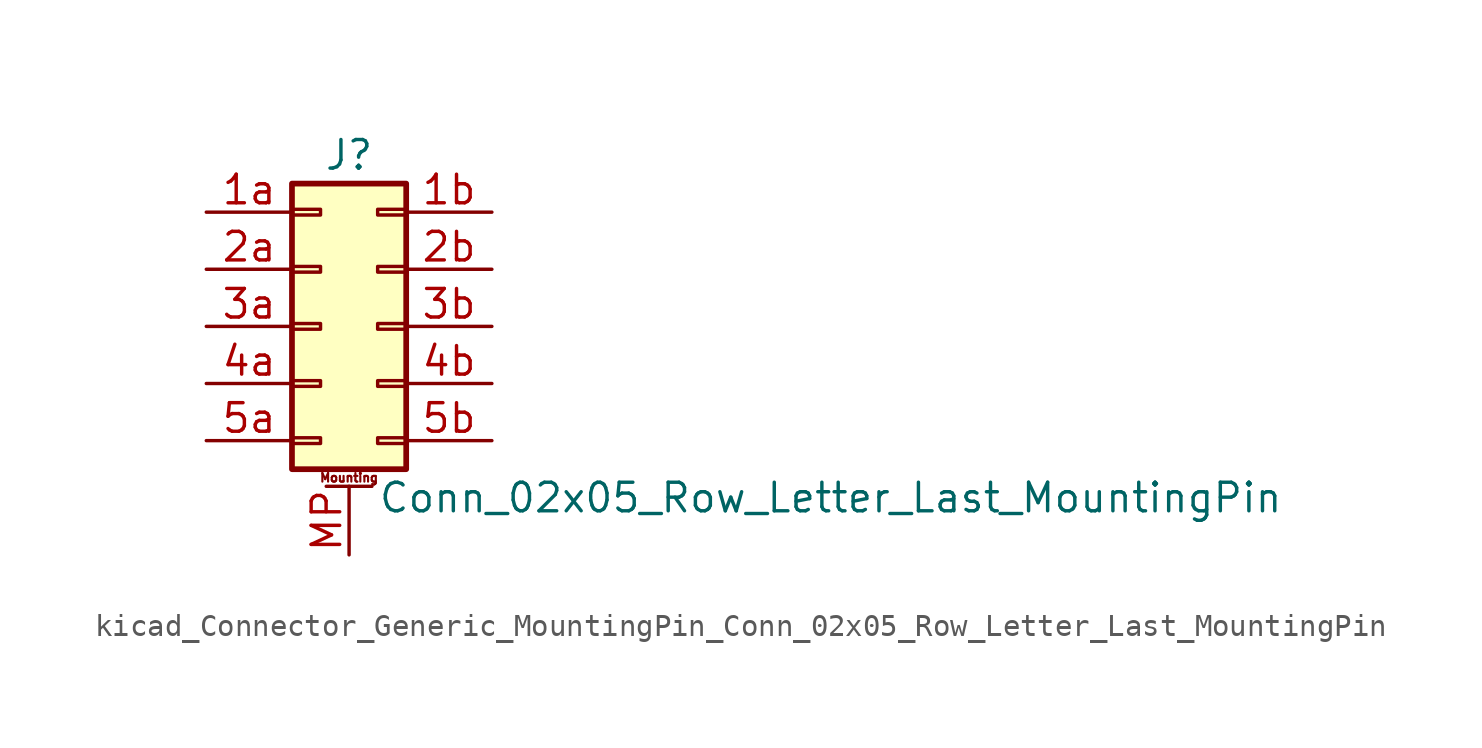
<source format=kicad_sym>
(kicad_symbol_lib
  (version 20220914)
  (generator kicad_symbol_editor)
  (symbol "kicad_Connector_Generic_MountingPin_Conn_02x05_Row_Letter_Last_MountingPin"
    (pin_names
      (offset 1.016) hide)
    (property "Reference" "J"
      (at 1.27 7.62 0)
      (effects (font (size 1.27 1.27))))
    (property "Value" "Conn_02x05_Row_Letter_Last_MountingPin"
      (at 2.54 -7.62 0)
      (effects (font (size 1.27 1.27)) (justify left)))
    (symbol "kicad_Connector_Generic_MountingPin_Conn_02x05_Row_Letter_Last_MountingPin_1_1"
      (rectangle (start -1.27 -4.953) (end 0 -5.207) (stroke (width 0.152) (type default)) (fill (type none)))
      (rectangle (start -1.27 -2.413) (end 0 -2.667) (stroke (width 0.152) (type default)) (fill (type none)))
      (rectangle (start -1.27 0.127) (end 0 -0.127) (stroke (width 0.152) (type default)) (fill (type none)))
      (rectangle (start -1.27 2.667) (end 0 2.413) (stroke (width 0.152) (type default)) (fill (type none)))
      (rectangle (start -1.27 5.207) (end 0 4.953) (stroke (width 0.152) (type default)) (fill (type none)))
      (rectangle (start -1.27 6.35) (end 3.81 -6.35) (stroke (width 0.254) (type default)) (fill (type background)))
      (polyline (pts (xy 0.254 -7.112) (xy 2.286 -7.112)) (stroke (width 0.152) (type default)) (fill (type none)))
      (rectangle (start 3.81 -4.953) (end 2.54 -5.207) (stroke (width 0.152) (type default)) (fill (type none)))
      (rectangle (start 3.81 -2.413) (end 2.54 -2.667) (stroke (width 0.152) (type default)) (fill (type none)))
      (rectangle (start 3.81 0.127) (end 2.54 -0.127) (stroke (width 0.152) (type default)) (fill (type none)))
      (rectangle (start 3.81 2.667) (end 2.54 2.413) (stroke (width 0.152) (type default)) (fill (type none)))
      (rectangle (start 3.81 5.207) (end 2.54 4.953) (stroke (width 0.152) (type default)) (fill (type none)))
      (text "Mounting" (at 1.27 -6.731 0) (effects (font (size 0.381 0.381))))
      (pin passive line (at -5.08 5.08 0) (length 3.81) (name "Pin_1a" (effects (font (size 1.27 1.27)))) (number "1a" (effects (font (size 1.27 1.27)))))
      (pin passive line (at 7.62 5.08 180) (length 3.81) (name "Pin_1b" (effects (font (size 1.27 1.27)))) (number "1b" (effects (font (size 1.27 1.27)))))
      (pin passive line (at -5.08 2.54 0) (length 3.81) (name "Pin_2a" (effects (font (size 1.27 1.27)))) (number "2a" (effects (font (size 1.27 1.27)))))
      (pin passive line (at 7.62 2.54 180) (length 3.81) (name "Pin_2b" (effects (font (size 1.27 1.27)))) (number "2b" (effects (font (size 1.27 1.27)))))
      (pin passive line (at -5.08 0 0) (length 3.81) (name "Pin_3a" (effects (font (size 1.27 1.27)))) (number "3a" (effects (font (size 1.27 1.27)))))
      (pin passive line (at 7.62 0 180) (length 3.81) (name "Pin_3b" (effects (font (size 1.27 1.27)))) (number "3b" (effects (font (size 1.27 1.27)))))
      (pin passive line (at -5.08 -2.54 0) (length 3.81) (name "Pin_4a" (effects (font (size 1.27 1.27)))) (number "4a" (effects (font (size 1.27 1.27)))))
      (pin passive line (at 7.62 -2.54 180) (length 3.81) (name "Pin_4b" (effects (font (size 1.27 1.27)))) (number "4b" (effects (font (size 1.27 1.27)))))
      (pin passive line (at -5.08 -5.08 0) (length 3.81) (name "Pin_5a" (effects (font (size 1.27 1.27)))) (number "5a" (effects (font (size 1.27 1.27)))))
      (pin passive line (at 7.62 -5.08 180) (length 3.81) (name "Pin_5b" (effects (font (size 1.27 1.27)))) (number "5b" (effects (font (size 1.27 1.27)))))
      (pin passive line (at 1.27 -10.16 90) (length 3.048) (name "MountPin" (effects (font (size 1.27 1.27)))) (number "MP" (effects (font (size 1.27 1.27))))))))
</source>
